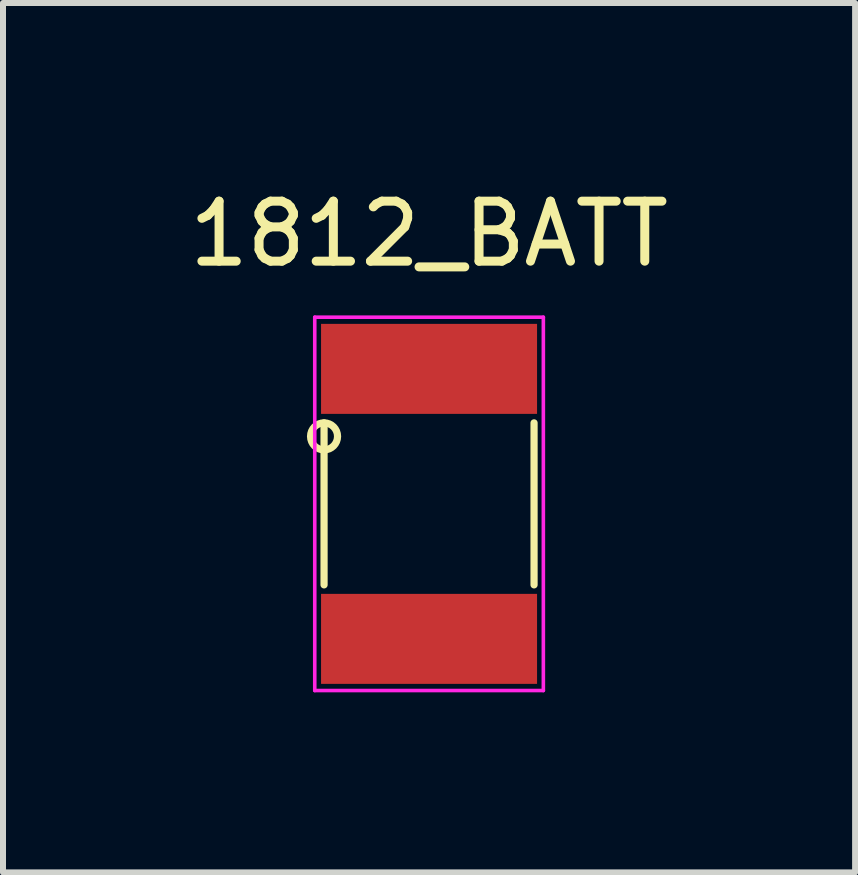
<source format=kicad_pcb>
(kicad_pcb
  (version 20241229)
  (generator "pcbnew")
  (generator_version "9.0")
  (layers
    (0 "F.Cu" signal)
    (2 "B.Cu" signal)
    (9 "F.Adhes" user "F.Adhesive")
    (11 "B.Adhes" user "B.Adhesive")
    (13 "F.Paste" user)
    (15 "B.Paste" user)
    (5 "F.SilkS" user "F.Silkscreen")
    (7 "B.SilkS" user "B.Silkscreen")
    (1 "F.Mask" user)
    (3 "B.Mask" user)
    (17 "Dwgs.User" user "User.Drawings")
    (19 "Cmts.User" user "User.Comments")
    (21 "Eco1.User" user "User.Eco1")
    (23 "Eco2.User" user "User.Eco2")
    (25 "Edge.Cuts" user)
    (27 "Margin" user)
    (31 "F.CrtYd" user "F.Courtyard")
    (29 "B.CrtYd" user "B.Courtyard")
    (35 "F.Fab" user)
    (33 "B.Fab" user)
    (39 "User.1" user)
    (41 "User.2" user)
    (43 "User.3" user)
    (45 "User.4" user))
  (footprint "1812_BATT"
    (layer "F.Cu")
    (at 4.101 5.348)
    (property "Reference" "1812_BATT" (at 0 -4.5 0) (layer "F.SilkS") (effects (font (size 1 1) (thickness 0.15))))
    (attr through_hole)
    (fp_line (start -1.75 -1.35) (end -1.75 1.35) (stroke (width 0.12) (type solid)) (layer "F.SilkS"))
    (fp_line (start 1.75 -1.35) (end 1.75 1.35) (stroke (width 0.12) (type solid)) (layer "F.SilkS"))
    (fp_circle (center -1.75 -1.125) (end -1.75 -0.9) (stroke (width 0.12) (type solid)) (fill no) (layer "F.SilkS"))
    (fp_line (start -1.905 -3.111) (end -1.905 3.111) (stroke (width 0.06) (type solid)) (layer "F.CrtYd"))
    (fp_line (start -1.905 3.111) (end 1.905 3.111) (stroke (width 0.06) (type solid)) (layer "F.CrtYd"))
    (fp_line (start 1.905 -3.111) (end -1.905 -3.111) (stroke (width 0.06) (type solid)) (layer "F.CrtYd"))
    (fp_line (start 1.905 3.111) (end 1.905 -3.111) (stroke (width 0.06) (type solid)) (layer "F.CrtYd"))
    (pad "1" smd rect (at 0 -2.25) (size 3.6 1.5) (layers "F.Cu" "F.Mask" "F.Paste"))
    (pad "2" smd rect (at 0 2.25) (size 3.6 1.5) (layers "F.Cu" "F.Mask" "F.Paste")))
  (gr_rect
    (start -3 -3)
    (end 11.202 11.49)
    (stroke (width 0.1) (type default))
    (fill no)
    (layer "Edge.Cuts")))
</source>
